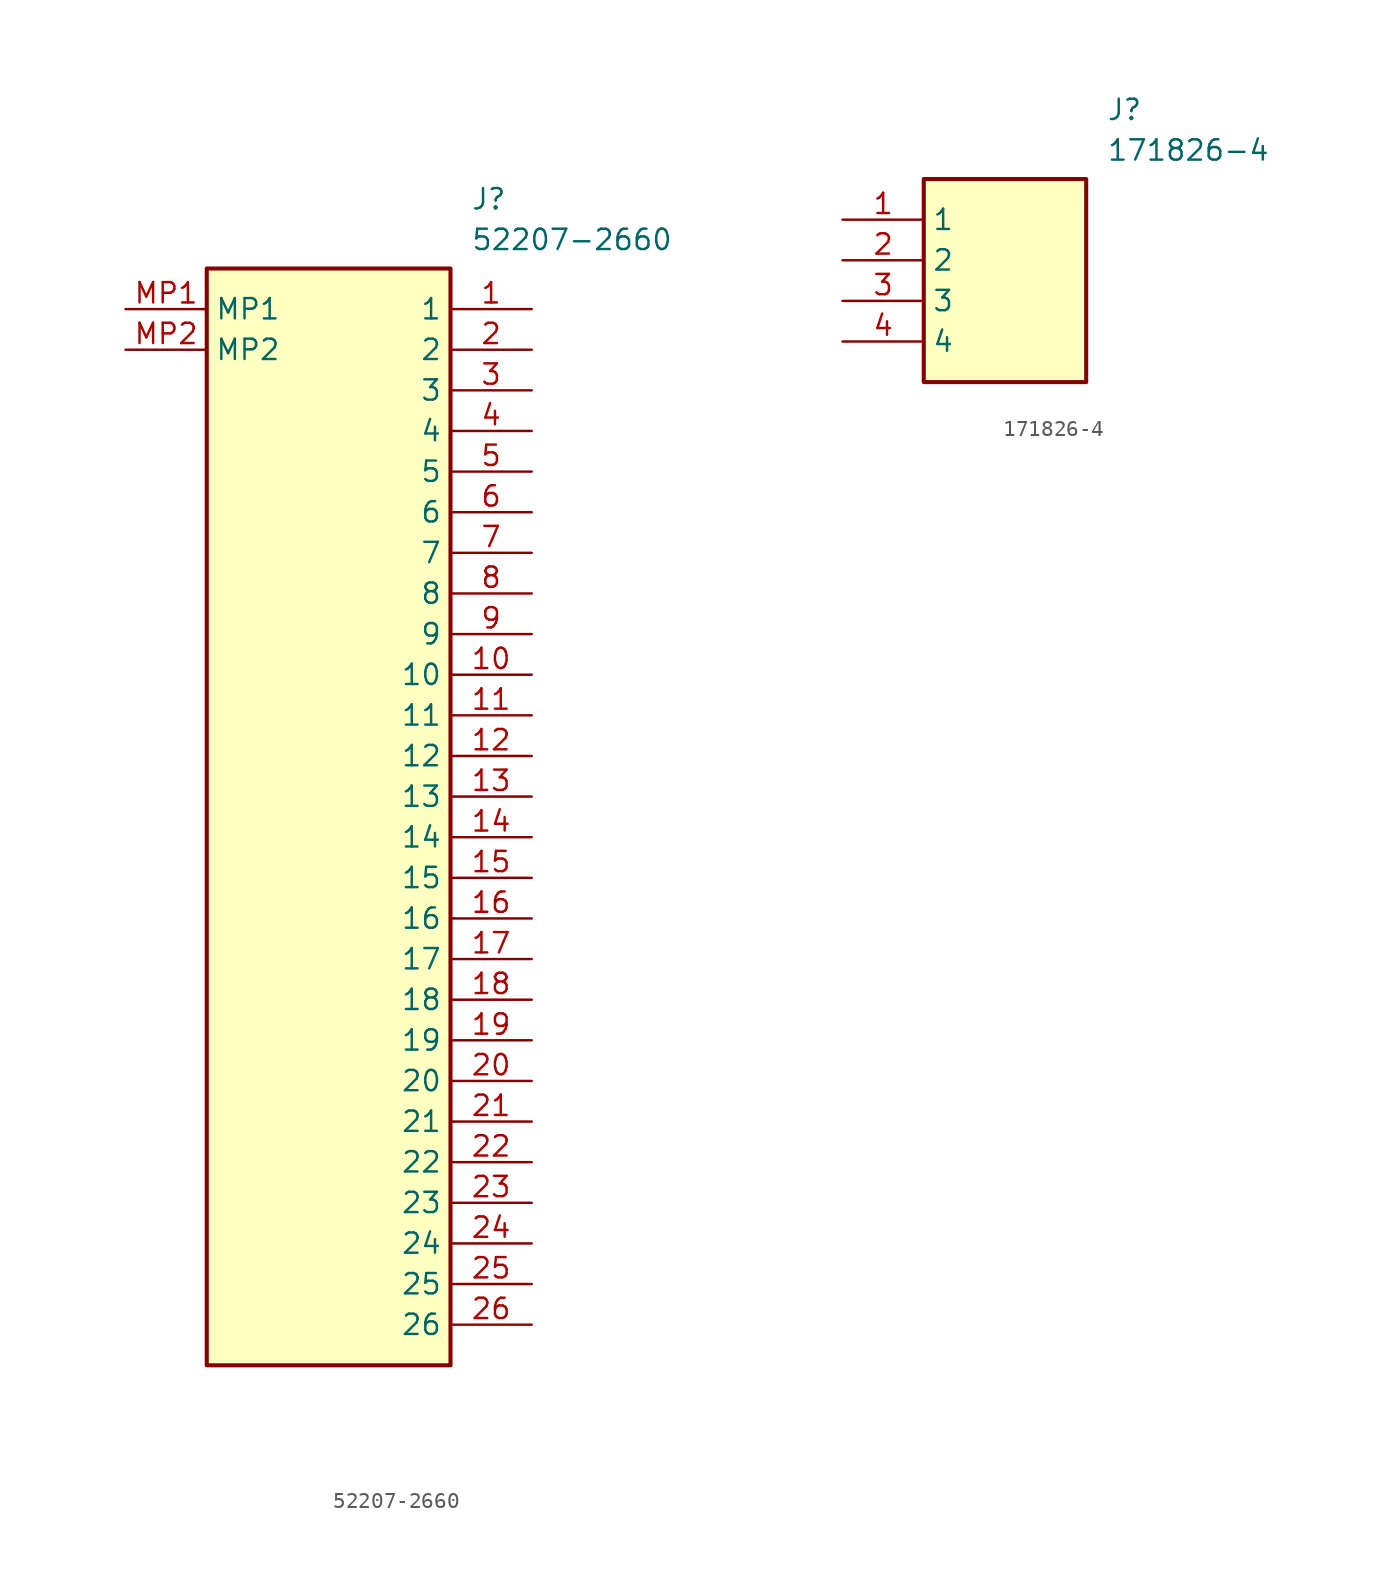
<source format=kicad_sym>
(kicad_symbol_lib
  (version 20231120)
  (generator "kicad_symbol_editor")
  (generator_version "8.0")
  (symbol "52207-2660"
    (property "Reference" "J"
      (at 21.59 7.62 0)
      (effects (font (size 1.27 1.27)) (justify left top)))
    (property "Value" "52207-2660"
      (at 21.59 5.08 0)
      (effects (font (size 1.27 1.27)) (justify left top)))
    (rectangle
      (start 5.08 2.54)
      (end 20.32 -66.04)
      (stroke (width 0.254) (type default))
      (fill (type background)))
    (pin passive line
      (at 25.4 0 180)
      (length 5.08)
      (name "1" (effects (font (size 1.27 1.27))))
      (number "1" (effects (font (size 1.27 1.27)))))
    (pin passive line
      (at 25.4 -2.54 180)
      (length 5.08)
      (name "2" (effects (font (size 1.27 1.27))))
      (number "2" (effects (font (size 1.27 1.27)))))
    (pin passive line
      (at 25.4 -5.08 180)
      (length 5.08)
      (name "3" (effects (font (size 1.27 1.27))))
      (number "3" (effects (font (size 1.27 1.27)))))
    (pin passive line
      (at 25.4 -7.62 180)
      (length 5.08)
      (name "4" (effects (font (size 1.27 1.27))))
      (number "4" (effects (font (size 1.27 1.27)))))
    (pin passive line
      (at 25.4 -10.16 180)
      (length 5.08)
      (name "5" (effects (font (size 1.27 1.27))))
      (number "5" (effects (font (size 1.27 1.27)))))
    (pin passive line
      (at 25.4 -12.7 180)
      (length 5.08)
      (name "6" (effects (font (size 1.27 1.27))))
      (number "6" (effects (font (size 1.27 1.27)))))
    (pin passive line
      (at 25.4 -15.24 180)
      (length 5.08)
      (name "7" (effects (font (size 1.27 1.27))))
      (number "7" (effects (font (size 1.27 1.27)))))
    (pin passive line
      (at 25.4 -17.78 180)
      (length 5.08)
      (name "8" (effects (font (size 1.27 1.27))))
      (number "8" (effects (font (size 1.27 1.27)))))
    (pin passive line
      (at 25.4 -20.32 180)
      (length 5.08)
      (name "9" (effects (font (size 1.27 1.27))))
      (number "9" (effects (font (size 1.27 1.27)))))
    (pin passive line
      (at 25.4 -22.86 180)
      (length 5.08)
      (name "10" (effects (font (size 1.27 1.27))))
      (number "10" (effects (font (size 1.27 1.27)))))
    (pin passive line
      (at 25.4 -25.4 180)
      (length 5.08)
      (name "11" (effects (font (size 1.27 1.27))))
      (number "11" (effects (font (size 1.27 1.27)))))
    (pin passive line
      (at 25.4 -27.94 180)
      (length 5.08)
      (name "12" (effects (font (size 1.27 1.27))))
      (number "12" (effects (font (size 1.27 1.27)))))
    (pin passive line
      (at 25.4 -30.48 180)
      (length 5.08)
      (name "13" (effects (font (size 1.27 1.27))))
      (number "13" (effects (font (size 1.27 1.27)))))
    (pin passive line
      (at 25.4 -33.02 180)
      (length 5.08)
      (name "14" (effects (font (size 1.27 1.27))))
      (number "14" (effects (font (size 1.27 1.27)))))
    (pin passive line
      (at 25.4 -35.56 180)
      (length 5.08)
      (name "15" (effects (font (size 1.27 1.27))))
      (number "15" (effects (font (size 1.27 1.27)))))
    (pin passive line
      (at 25.4 -38.1 180)
      (length 5.08)
      (name "16" (effects (font (size 1.27 1.27))))
      (number "16" (effects (font (size 1.27 1.27)))))
    (pin passive line
      (at 25.4 -40.64 180)
      (length 5.08)
      (name "17" (effects (font (size 1.27 1.27))))
      (number "17" (effects (font (size 1.27 1.27)))))
    (pin passive line
      (at 25.4 -43.18 180)
      (length 5.08)
      (name "18" (effects (font (size 1.27 1.27))))
      (number "18" (effects (font (size 1.27 1.27)))))
    (pin passive line
      (at 25.4 -45.72 180)
      (length 5.08)
      (name "19" (effects (font (size 1.27 1.27))))
      (number "19" (effects (font (size 1.27 1.27)))))
    (pin passive line
      (at 25.4 -48.26 180)
      (length 5.08)
      (name "20" (effects (font (size 1.27 1.27))))
      (number "20" (effects (font (size 1.27 1.27)))))
    (pin passive line
      (at 25.4 -50.8 180)
      (length 5.08)
      (name "21" (effects (font (size 1.27 1.27))))
      (number "21" (effects (font (size 1.27 1.27)))))
    (pin passive line
      (at 25.4 -53.34 180)
      (length 5.08)
      (name "22" (effects (font (size 1.27 1.27))))
      (number "22" (effects (font (size 1.27 1.27)))))
    (pin passive line
      (at 25.4 -55.88 180)
      (length 5.08)
      (name "23" (effects (font (size 1.27 1.27))))
      (number "23" (effects (font (size 1.27 1.27)))))
    (pin passive line
      (at 25.4 -58.42 180)
      (length 5.08)
      (name "24" (effects (font (size 1.27 1.27))))
      (number "24" (effects (font (size 1.27 1.27)))))
    (pin passive line
      (at 25.4 -60.96 180)
      (length 5.08)
      (name "25" (effects (font (size 1.27 1.27))))
      (number "25" (effects (font (size 1.27 1.27)))))
    (pin passive line
      (at 25.4 -63.5 180)
      (length 5.08)
      (name "26" (effects (font (size 1.27 1.27))))
      (number "26" (effects (font (size 1.27 1.27)))))
    (pin passive line
      (at 0 0 0)
      (length 5.08)
      (name "MP1" (effects (font (size 1.27 1.27))))
      (number "MP1" (effects (font (size 1.27 1.27)))))
    (pin passive line
      (at 0 -2.54 0)
      (length 5.08)
      (name "MP2" (effects (font (size 1.27 1.27))))
      (number "MP2" (effects (font (size 1.27 1.27))))))
  (symbol "171826-4"
    (property "Reference" "J"
      (at 16.51 7.62 0)
      (effects (font (size 1.27 1.27)) (justify left top)))
    (property "Value" "171826-4"
      (at 16.51 5.08 0)
      (effects (font (size 1.27 1.27)) (justify left top)))
    (rectangle
      (start 5.08 2.54)
      (end 15.24 -10.16)
      (stroke (width 0.254) (type default))
      (fill (type background)))
    (pin passive line
      (at 0 0 0)
      (length 5.08)
      (name "1" (effects (font (size 1.27 1.27))))
      (number "1" (effects (font (size 1.27 1.27)))))
    (pin passive line
      (at 0 -2.54 0)
      (length 5.08)
      (name "2" (effects (font (size 1.27 1.27))))
      (number "2" (effects (font (size 1.27 1.27)))))
    (pin passive line
      (at 0 -5.08 0)
      (length 5.08)
      (name "3" (effects (font (size 1.27 1.27))))
      (number "3" (effects (font (size 1.27 1.27)))))
    (pin passive line
      (at 0 -7.62 0)
      (length 5.08)
      (name "4" (effects (font (size 1.27 1.27))))
      (number "4" (effects (font (size 1.27 1.27)))))))
</source>
